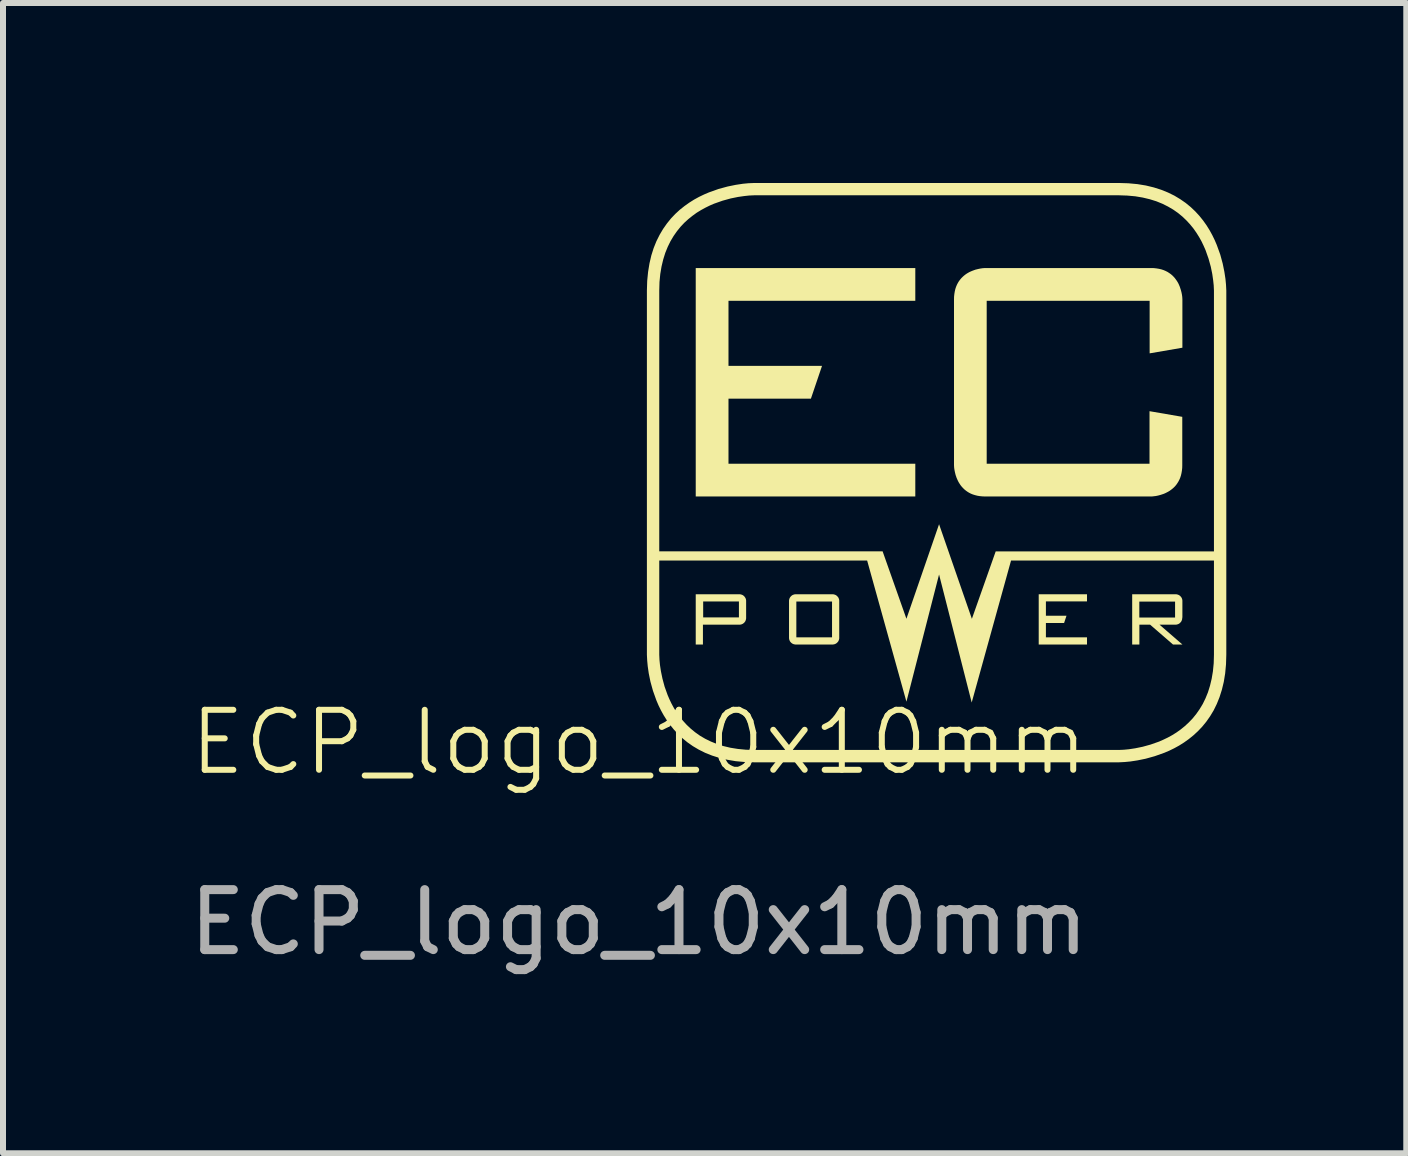
<source format=kicad_pcb>
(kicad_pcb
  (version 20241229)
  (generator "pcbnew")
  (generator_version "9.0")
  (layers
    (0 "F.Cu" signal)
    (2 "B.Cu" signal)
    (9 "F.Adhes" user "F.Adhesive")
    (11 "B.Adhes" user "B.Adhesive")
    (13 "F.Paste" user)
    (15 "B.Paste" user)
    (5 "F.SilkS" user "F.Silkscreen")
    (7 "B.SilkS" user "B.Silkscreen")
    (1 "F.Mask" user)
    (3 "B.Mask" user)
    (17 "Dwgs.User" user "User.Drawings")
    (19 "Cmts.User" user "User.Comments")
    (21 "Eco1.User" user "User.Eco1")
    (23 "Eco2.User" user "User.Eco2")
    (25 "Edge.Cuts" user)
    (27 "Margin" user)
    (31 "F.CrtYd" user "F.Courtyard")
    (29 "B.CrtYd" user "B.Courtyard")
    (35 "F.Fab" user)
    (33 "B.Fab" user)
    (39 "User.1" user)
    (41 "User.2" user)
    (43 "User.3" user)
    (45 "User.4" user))
  (footprint "ECP_logo_10x10mm"
    (layer "F.Cu")
    (at 7.601 9.824)
    (property "Reference" "ECP_logo_10x10mm" (at 0 -0.5 0) (unlocked yes) (layer "F.SilkS") (effects (font (size 1 1) (thickness 0.1))))
    (fp_poly (pts (xy 4.606 -7.86) (xy 1.492 -7.86) (xy 1.492 -6.775) (xy 3.051 -6.775) (xy 2.866 -6.229) (xy 1.492 -6.229) (xy 1.492 -5.144) (xy 4.606 -5.144) (xy 4.606 -4.598) (xy 0.946 -4.598) (xy 0.946 -8.406) (xy 4.606 -8.406)) (stroke (width -0.000001) (type solid)) (fill yes) (layer "F.SilkS"))
    (fp_poly (pts (xy 7.468 -2.849) (xy 6.783 -2.849) (xy 6.783 -2.61) (xy 7.126 -2.61) (xy 7.086 -2.489) (xy 6.783 -2.489) (xy 6.783 -2.251) (xy 7.468 -2.251) (xy 7.468 -2.131) (xy 6.663 -2.131) (xy 6.663 -2.968) (xy 7.468 -2.968)) (stroke (width -0.000001) (type solid)) (fill yes) (layer "F.SilkS"))
    (fp_poly (pts (xy 1.671 -2.968) (xy 1.677 -2.968) (xy 1.682 -2.968) (xy 1.688 -2.967) (xy 1.694 -2.967) (xy 1.699 -2.965) (xy 1.705 -2.964) (xy 1.71 -2.962) (xy 1.715 -2.96) (xy 1.721 -2.958) (xy 1.726 -2.956) (xy 1.731 -2.953) (xy 1.735 -2.95) (xy 1.74 -2.947) (xy 1.745 -2.943) (xy 1.749 -2.939) (xy 1.753 -2.935) (xy 1.757 -2.931) (xy 1.761 -2.927) (xy 1.764 -2.922) (xy 1.767 -2.918) (xy 1.77 -2.913) (xy 1.773 -2.908) (xy 1.776 -2.903) (xy 1.778 -2.898) (xy 1.78 -2.892) (xy 1.782 -2.887) (xy 1.783 -2.882) (xy 1.784 -2.876) (xy 1.785 -2.87) (xy 1.786 -2.865) (xy 1.786 -2.859) (xy 1.786 -2.853) (xy 1.786 -2.579) (xy 1.786 -2.573) (xy 1.786 -2.567) (xy 1.785 -2.561) (xy 1.784 -2.555) (xy 1.783 -2.55) (xy 1.782 -2.544) (xy 1.78 -2.538) (xy 1.778 -2.533) (xy 1.776 -2.528) (xy 1.774 -2.522) (xy 1.771 -2.517) (xy 1.768 -2.512) (xy 1.764 -2.508) (xy 1.761 -2.503) (xy 1.757 -2.498) (xy 1.753 -2.494) (xy 1.749 -2.49) (xy 1.744 -2.486) (xy 1.739 -2.483) (xy 1.735 -2.48) (xy 1.73 -2.476) (xy 1.725 -2.474) (xy 1.719 -2.471) (xy 1.714 -2.469) (xy 1.709 -2.467) (xy 1.703 -2.465) (xy 1.697 -2.464) (xy 1.692 -2.463) (xy 1.686 -2.462) (xy 1.68 -2.462) (xy 1.674 -2.461) (xy 1.668 -2.462) (xy 1.066 -2.462) (xy 1.066 -2.131) (xy 0.946 -2.131) (xy 0.946 -2.583) (xy 1.07 -2.583) (xy 1.666 -2.583) (xy 1.666 -2.848) (xy 1.07 -2.848) (xy 1.07 -2.583) (xy 0.946 -2.583) (xy 0.946 -2.968)) (stroke (width -0.000001) (type solid)) (fill yes) (layer "F.SilkS"))
    (fp_poly (pts (xy 8.943 -2.968) (xy 8.949 -2.968) (xy 8.954 -2.968) (xy 8.96 -2.967) (xy 8.966 -2.967) (xy 8.971 -2.965) (xy 8.977 -2.964) (xy 8.982 -2.962) (xy 8.987 -2.96) (xy 8.993 -2.958) (xy 8.998 -2.956) (xy 9.003 -2.953) (xy 9.007 -2.95) (xy 9.012 -2.947) (xy 9.017 -2.943) (xy 9.021 -2.939) (xy 9.025 -2.935) (xy 9.029 -2.931) (xy 9.033 -2.927) (xy 9.036 -2.922) (xy 9.04 -2.918) (xy 9.043 -2.913) (xy 9.045 -2.908) (xy 9.048 -2.903) (xy 9.05 -2.898) (xy 9.052 -2.892) (xy 9.054 -2.887) (xy 9.055 -2.882) (xy 9.056 -2.876) (xy 9.057 -2.87) (xy 9.058 -2.865) (xy 9.058 -2.859) (xy 9.058 -2.853) (xy 9.058 -2.579) (xy 9.055 -2.577) (xy 9.055 -2.571) (xy 9.055 -2.565) (xy 9.054 -2.56) (xy 9.054 -2.554) (xy 9.052 -2.548) (xy 9.051 -2.543) (xy 9.049 -2.538) (xy 9.047 -2.532) (xy 9.045 -2.527) (xy 9.043 -2.522) (xy 9.04 -2.517) (xy 9.037 -2.512) (xy 9.034 -2.508) (xy 9.03 -2.503) (xy 9.026 -2.499) (xy 9.022 -2.495) (xy 9.018 -2.491) (xy 9.014 -2.487) (xy 9.009 -2.483) (xy 9.005 -2.48) (xy 9 -2.477) (xy 8.995 -2.474) (xy 8.99 -2.472) (xy 8.985 -2.47) (xy 8.979 -2.468) (xy 8.974 -2.466) (xy 8.969 -2.465) (xy 8.963 -2.463) (xy 8.957 -2.463) (xy 8.952 -2.462) (xy 8.946 -2.462) (xy 8.94 -2.462) (xy 8.676 -2.462) (xy 9.058 -2.131) (xy 8.901 -2.131) (xy 8.519 -2.462) (xy 8.341 -2.462) (xy 8.341 -2.131) (xy 8.221 -2.131) (xy 8.221 -2.581) (xy 8.34 -2.581) (xy 8.936 -2.581) (xy 8.936 -2.846) (xy 8.34 -2.846) (xy 8.34 -2.581) (xy 8.221 -2.581) (xy 8.221 -2.968)) (stroke (width -0.000001) (type solid)) (fill yes) (layer "F.SilkS"))
    (fp_poly (pts (xy 8.582 -8.405) (xy 8.627 -8.4) (xy 8.669 -8.393) (xy 8.707 -8.384) (xy 8.744 -8.372) (xy 8.777 -8.358) (xy 8.809 -8.342) (xy 8.837 -8.324) (xy 8.864 -8.305) (xy 8.888 -8.285) (xy 8.91 -8.263) (xy 8.93 -8.241) (xy 8.948 -8.217) (xy 8.965 -8.193) (xy 8.98 -8.169) (xy 8.993 -8.145) (xy 9.004 -8.12) (xy 9.014 -8.096) (xy 9.03 -8.048) (xy 9.042 -8.004) (xy 9.05 -7.965) (xy 9.055 -7.931) (xy 9.057 -7.905) (xy 9.058 -7.883) (xy 9.058 -7.078) (xy 8.512 -6.984) (xy 8.512 -7.86) (xy 5.796 -7.86) (xy 5.796 -5.144) (xy 8.51 -5.144) (xy 8.51 -6.02) (xy 9.056 -5.926) (xy 9.056 -5.121) (xy 9.055 -5.074) (xy 9.05 -5.029) (xy 9.043 -4.988) (xy 9.034 -4.949) (xy 9.022 -4.912) (xy 9.008 -4.879) (xy 8.992 -4.848) (xy 8.974 -4.819) (xy 8.955 -4.792) (xy 8.935 -4.768) (xy 8.913 -4.746) (xy 8.89 -4.726) (xy 8.867 -4.708) (xy 8.843 -4.691) (xy 8.819 -4.677) (xy 8.794 -4.664) (xy 8.77 -4.652) (xy 8.746 -4.642) (xy 8.698 -4.626) (xy 8.654 -4.614) (xy 8.615 -4.606) (xy 8.581 -4.602) (xy 8.555 -4.599) (xy 8.533 -4.598) (xy 5.774 -4.598) (xy 5.726 -4.6) (xy 5.682 -4.604) (xy 5.64 -4.611) (xy 5.601 -4.621) (xy 5.565 -4.632) (xy 5.531 -4.646) (xy 5.5 -4.662) (xy 5.471 -4.68) (xy 5.445 -4.699) (xy 5.421 -4.719) (xy 5.399 -4.741) (xy 5.378 -4.764) (xy 5.36 -4.787) (xy 5.344 -4.811) (xy 5.329 -4.835) (xy 5.316 -4.86) (xy 5.305 -4.884) (xy 5.294 -4.909) (xy 5.278 -4.956) (xy 5.267 -5) (xy 5.259 -5.04) (xy 5.254 -5.073) (xy 5.252 -5.099) (xy 5.251 -5.121) (xy 5.251 -7.883) (xy 5.252 -7.93) (xy 5.257 -7.975) (xy 5.264 -8.017) (xy 5.273 -8.056) (xy 5.285 -8.092) (xy 5.299 -8.126) (xy 5.315 -8.157) (xy 5.332 -8.185) (xy 5.352 -8.212) (xy 5.372 -8.236) (xy 5.394 -8.258) (xy 5.416 -8.278) (xy 5.44 -8.297) (xy 5.463 -8.313) (xy 5.488 -8.328) (xy 5.512 -8.341) (xy 5.537 -8.352) (xy 5.561 -8.362) (xy 5.608 -8.379) (xy 5.653 -8.39) (xy 5.692 -8.398) (xy 5.726 -8.403) (xy 5.751 -8.405) (xy 5.774 -8.406) (xy 8.535 -8.406)) (stroke (width -0.000001) (type solid)) (fill yes) (layer "F.SilkS"))
    (fp_poly (pts (xy 3.223 -2.968) (xy 3.229 -2.968) (xy 3.235 -2.968) (xy 3.24 -2.967) (xy 3.246 -2.967) (xy 3.252 -2.965) (xy 3.257 -2.964) (xy 3.262 -2.962) (xy 3.268 -2.96) (xy 3.273 -2.958) (xy 3.278 -2.956) (xy 3.283 -2.953) (xy 3.288 -2.95) (xy 3.292 -2.947) (xy 3.297 -2.943) (xy 3.301 -2.939) (xy 3.305 -2.935) (xy 3.309 -2.931) (xy 3.313 -2.927) (xy 3.317 -2.922) (xy 3.32 -2.918) (xy 3.323 -2.913) (xy 3.326 -2.908) (xy 3.328 -2.903) (xy 3.33 -2.898) (xy 3.332 -2.892) (xy 3.334 -2.887) (xy 3.335 -2.882) (xy 3.337 -2.876) (xy 3.337 -2.87) (xy 3.338 -2.865) (xy 3.338 -2.859) (xy 3.338 -2.853) (xy 3.338 -2.246) (xy 3.338 -2.24) (xy 3.338 -2.235) (xy 3.337 -2.229) (xy 3.337 -2.223) (xy 3.335 -2.218) (xy 3.334 -2.212) (xy 3.332 -2.207) (xy 3.33 -2.202) (xy 3.328 -2.196) (xy 3.326 -2.191) (xy 3.323 -2.186) (xy 3.32 -2.181) (xy 3.317 -2.177) (xy 3.313 -2.172) (xy 3.309 -2.168) (xy 3.305 -2.164) (xy 3.301 -2.16) (xy 3.297 -2.156) (xy 3.292 -2.153) (xy 3.288 -2.149) (xy 3.283 -2.146) (xy 3.278 -2.144) (xy 3.273 -2.141) (xy 3.268 -2.139) (xy 3.262 -2.137) (xy 3.257 -2.135) (xy 3.252 -2.134) (xy 3.246 -2.133) (xy 3.24 -2.132) (xy 3.235 -2.131) (xy 3.229 -2.131) (xy 3.223 -2.131) (xy 2.616 -2.131) (xy 2.61 -2.131) (xy 2.605 -2.131) (xy 2.599 -2.132) (xy 2.593 -2.133) (xy 2.588 -2.134) (xy 2.582 -2.135) (xy 2.577 -2.137) (xy 2.572 -2.139) (xy 2.566 -2.141) (xy 2.561 -2.144) (xy 2.556 -2.146) (xy 2.552 -2.149) (xy 2.547 -2.153) (xy 2.542 -2.156) (xy 2.538 -2.16) (xy 2.534 -2.164) (xy 2.53 -2.168) (xy 2.526 -2.172) (xy 2.523 -2.177) (xy 2.519 -2.181) (xy 2.516 -2.186) (xy 2.514 -2.191) (xy 2.511 -2.196) (xy 2.509 -2.202) (xy 2.507 -2.207) (xy 2.505 -2.212) (xy 2.504 -2.218) (xy 2.503 -2.223) (xy 2.502 -2.229) (xy 2.501 -2.235) (xy 2.501 -2.24) (xy 2.501 -2.246) (xy 2.501 -2.251) (xy 2.623 -2.251) (xy 3.218 -2.251) (xy 3.218 -2.847) (xy 2.623 -2.847) (xy 2.623 -2.251) (xy 2.501 -2.251) (xy 2.501 -2.853) (xy 2.501 -2.859) (xy 2.501 -2.865) (xy 2.502 -2.87) (xy 2.503 -2.876) (xy 2.504 -2.882) (xy 2.505 -2.887) (xy 2.507 -2.892) (xy 2.509 -2.898) (xy 2.511 -2.903) (xy 2.514 -2.908) (xy 2.516 -2.913) (xy 2.519 -2.918) (xy 2.523 -2.922) (xy 2.526 -2.927) (xy 2.53 -2.931) (xy 2.534 -2.935) (xy 2.538 -2.939) (xy 2.542 -2.943) (xy 2.547 -2.947) (xy 2.552 -2.95) (xy 2.556 -2.953) (xy 2.561 -2.956) (xy 2.566 -2.958) (xy 2.572 -2.96) (xy 2.577 -2.962) (xy 2.582 -2.964) (xy 2.588 -2.965) (xy 2.593 -2.967) (xy 2.599 -2.967) (xy 2.605 -2.968) (xy 2.61 -2.968) (xy 2.616 -2.968)) (stroke (width -0.000001) (type solid)) (fill yes) (layer "F.SilkS"))
    (fp_poly (pts (xy 8.157 -9.819) (xy 8.308 -9.805) (xy 8.449 -9.782) (xy 8.581 -9.75) (xy 8.704 -9.711) (xy 8.818 -9.665) (xy 8.924 -9.613) (xy 9.022 -9.554) (xy 9.113 -9.491) (xy 9.196 -9.423) (xy 9.272 -9.351) (xy 9.341 -9.276) (xy 9.403 -9.199) (xy 9.46 -9.119) (xy 9.511 -9.037) (xy 9.556 -8.955) (xy 9.596 -8.873) (xy 9.631 -8.791) (xy 9.689 -8.631) (xy 9.73 -8.48) (xy 9.758 -8.342) (xy 9.776 -8.224) (xy 9.785 -8.129) (xy 9.79 -8.031) (xy 9.79 -1.961) (xy 9.785 -1.8) (xy 9.771 -1.649) (xy 9.748 -1.508) (xy 9.716 -1.376) (xy 9.677 -1.253) (xy 9.631 -1.139) (xy 9.579 -1.033) (xy 9.52 -0.935) (xy 9.457 -0.845) (xy 9.389 -0.762) (xy 9.317 -0.686) (xy 9.242 -0.617) (xy 9.164 -0.554) (xy 9.084 -0.497) (xy 9.003 -0.446) (xy 8.921 -0.401) (xy 8.839 -0.361) (xy 8.757 -0.326) (xy 8.596 -0.269) (xy 8.445 -0.227) (xy 8.308 -0.199) (xy 8.19 -0.181) (xy 8.095 -0.172) (xy 7.997 -0.167) (xy 1.926 -0.167) (xy 1.765 -0.172) (xy 1.613 -0.186) (xy 1.472 -0.21) (xy 1.34 -0.241) (xy 1.217 -0.28) (xy 1.102 -0.326) (xy 0.996 -0.379) (xy 0.898 -0.437) (xy 0.808 -0.5) (xy 0.725 -0.568) (xy 0.649 -0.64) (xy 0.58 -0.715) (xy 0.517 -0.793) (xy 0.461 -0.873) (xy 0.41 -0.954) (xy 0.365 -1.036) (xy 0.325 -1.118) (xy 0.29 -1.2) (xy 0.233 -1.36) (xy 0.191 -1.512) (xy 0.163 -1.649) (xy 0.146 -1.767) (xy 0.137 -1.862) (xy 0.132 -1.96) (xy 0.132 -1.96) (xy 0.338 -1.96) (xy 0.342 -1.873) (xy 0.35 -1.789) (xy 0.366 -1.684) (xy 0.391 -1.563) (xy 0.427 -1.429) (xy 0.478 -1.287) (xy 0.509 -1.215) (xy 0.544 -1.142) (xy 0.584 -1.069) (xy 0.629 -0.997) (xy 0.679 -0.926) (xy 0.735 -0.858) (xy 0.796 -0.791) (xy 0.863 -0.728) (xy 0.936 -0.668) (xy 1.016 -0.611) (xy 1.103 -0.56) (xy 1.197 -0.514) (xy 1.298 -0.473) (xy 1.407 -0.438) (xy 1.524 -0.41) (xy 1.649 -0.39) (xy 1.783 -0.377) (xy 1.926 -0.373) (xy 7.996 -0.373) (xy 7.996 -0.373) (xy 8.084 -0.377) (xy 8.167 -0.385) (xy 8.272 -0.401) (xy 8.394 -0.426) (xy 8.528 -0.463) (xy 8.67 -0.513) (xy 8.742 -0.545) (xy 8.815 -0.58) (xy 8.888 -0.62) (xy 8.96 -0.665) (xy 9.03 -0.715) (xy 9.099 -0.771) (xy 9.165 -0.832) (xy 9.229 -0.899) (xy 9.289 -0.973) (xy 9.345 -1.053) (xy 9.397 -1.139) (xy 9.443 -1.233) (xy 9.484 -1.334) (xy 9.518 -1.443) (xy 9.546 -1.56) (xy 9.567 -1.685) (xy 9.58 -1.818) (xy 9.584 -1.96) (xy 9.584 -3.531) (xy 6.202 -3.531) (xy 5.546 -1.164) (xy 5.002 -3.298) (xy 4.458 -1.178) (xy 3.803 -3.531) (xy 0.338 -3.531) (xy 0.338 -1.96) (xy 0.132 -1.96) (xy 0.132 -8.031) (xy 0.338 -8.031) (xy 0.338 -3.684) (xy 4.061 -3.684) (xy 4.458 -2.56) (xy 5.002 -4.136) (xy 5.549 -2.559) (xy 5.946 -3.683) (xy 9.584 -3.683) (xy 9.584 -8.031) (xy 9.58 -8.118) (xy 9.571 -8.202) (xy 9.556 -8.307) (xy 9.531 -8.429) (xy 9.494 -8.562) (xy 9.444 -8.704) (xy 9.412 -8.777) (xy 9.377 -8.85) (xy 9.337 -8.922) (xy 9.292 -8.994) (xy 9.242 -9.065) (xy 9.186 -9.134) (xy 9.125 -9.2) (xy 9.058 -9.264) (xy 8.985 -9.324) (xy 8.905 -9.38) (xy 8.818 -9.431) (xy 8.724 -9.478) (xy 8.623 -9.519) (xy 8.514 -9.553) (xy 8.397 -9.581) (xy 8.272 -9.602) (xy 8.139 -9.614) (xy 7.996 -9.619) (xy 1.926 -9.619) (xy 1.838 -9.615) (xy 1.754 -9.606) (xy 1.65 -9.591) (xy 1.528 -9.566) (xy 1.394 -9.529) (xy 1.252 -9.479) (xy 1.18 -9.448) (xy 1.107 -9.412) (xy 1.034 -9.372) (xy 0.962 -9.328) (xy 0.892 -9.277) (xy 0.823 -9.222) (xy 0.756 -9.161) (xy 0.693 -9.094) (xy 0.633 -9.02) (xy 0.577 -8.94) (xy 0.525 -8.853) (xy 0.479 -8.759) (xy 0.438 -8.658) (xy 0.404 -8.549) (xy 0.376 -8.432) (xy 0.355 -8.307) (xy 0.342 -8.174) (xy 0.338 -8.031) (xy 0.132 -8.031) (xy 0.137 -8.192) (xy 0.152 -8.343) (xy 0.175 -8.484) (xy 0.206 -8.617) (xy 0.245 -8.74) (xy 0.291 -8.854) (xy 0.344 -8.96) (xy 0.402 -9.058) (xy 0.466 -9.149) (xy 0.533 -9.232) (xy 0.605 -9.308) (xy 0.68 -9.377) (xy 0.758 -9.439) (xy 0.838 -9.496) (xy 0.919 -9.547) (xy 1.001 -9.592) (xy 1.084 -9.632) (xy 1.166 -9.667) (xy 1.326 -9.724) (xy 1.477 -9.765) (xy 1.614 -9.793) (xy 1.733 -9.811) (xy 1.827 -9.82) (xy 1.926 -9.824) (xy 7.996 -9.824)) (stroke (width -0.000001) (type solid)) (fill yes) (layer "F.SilkS"))
    (fp_text user "${REFERENCE}" (at 0 2.5 0) (unlocked yes) (layer "F.Fab") (effects (font (size 1 1) (thickness 0.15)))))
  (gr_rect
    (start -3 -3)
    (end 20.391 16.173)
    (stroke (width 0.1) (type default))
    (fill no)
    (layer "Edge.Cuts")))
</source>
